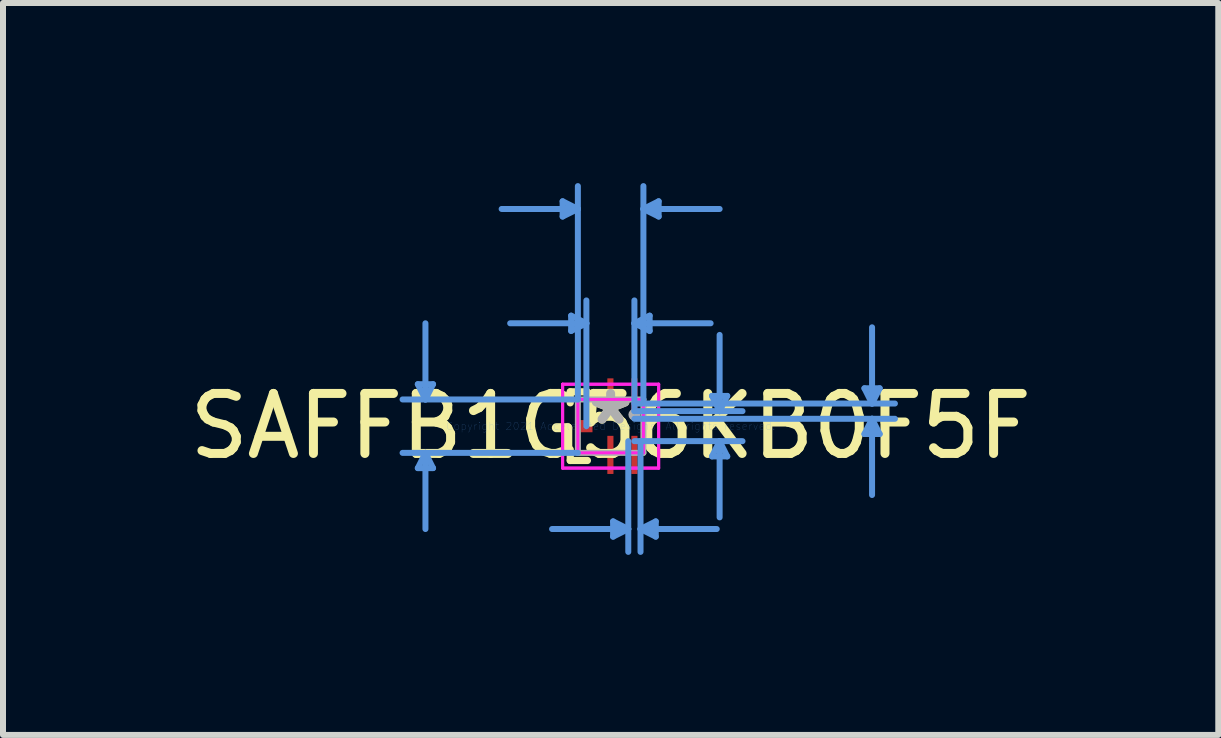
<source format=kicad_pcb>
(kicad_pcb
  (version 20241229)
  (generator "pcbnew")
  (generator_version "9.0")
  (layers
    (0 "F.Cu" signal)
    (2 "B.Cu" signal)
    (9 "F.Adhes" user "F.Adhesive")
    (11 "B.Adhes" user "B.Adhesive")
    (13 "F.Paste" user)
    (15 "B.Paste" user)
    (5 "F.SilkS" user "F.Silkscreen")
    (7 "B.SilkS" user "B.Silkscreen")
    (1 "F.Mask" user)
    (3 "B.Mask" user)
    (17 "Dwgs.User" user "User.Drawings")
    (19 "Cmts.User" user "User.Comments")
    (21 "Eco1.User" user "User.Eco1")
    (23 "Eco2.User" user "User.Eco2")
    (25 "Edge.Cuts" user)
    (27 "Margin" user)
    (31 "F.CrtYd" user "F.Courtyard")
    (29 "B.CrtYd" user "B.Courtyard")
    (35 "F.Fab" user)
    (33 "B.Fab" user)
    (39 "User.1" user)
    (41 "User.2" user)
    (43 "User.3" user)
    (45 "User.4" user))
  (footprint "SAFFB1G56KB0F5F"
    (layer "F.Cu")
    (at 7.125 4.051)
    (property "Reference" "SAFFB1G56KB0F5F" (at 0 0 0) (layer "F.SilkS") (effects (font (size 1 1) (thickness 0.15))))
    (attr through_hole)
    (fp_line (start -0.673 -0.572) (end -0.673 -0.389) (stroke (width 0.12) (type solid)) (layer "F.SilkS"))
    (fp_line (start -0.673 0.389) (end -0.673 0.572) (stroke (width 0.12) (type solid)) (layer "F.SilkS"))
    (fp_line (start -0.673 0.572) (end -0.387 0.572) (stroke (width 0.12) (type solid)) (layer "F.SilkS"))
    (fp_line (start -0.387 -0.572) (end -0.673 -0.572) (stroke (width 0.12) (type solid)) (layer "F.SilkS"))
    (fp_line (start -3.213 -0.699) (end -2.959 -0.699) (stroke (width 0.1) (type solid)) (layer "Cmts.User"))
    (fp_line (start -3.213 0.699) (end -2.959 0.699) (stroke (width 0.1) (type solid)) (layer "Cmts.User"))
    (fp_line (start -3.086 -0.445) (end -3.213 -0.699) (stroke (width 0.1) (type solid)) (layer "Cmts.User"))
    (fp_line (start -3.086 -0.445) (end -3.086 -1.714) (stroke (width 0.1) (type solid)) (layer "Cmts.User"))
    (fp_line (start -3.086 -0.445) (end -2.959 -0.699) (stroke (width 0.1) (type solid)) (layer "Cmts.User"))
    (fp_line (start -3.086 0.445) (end -3.213 0.699) (stroke (width 0.1) (type solid)) (layer "Cmts.User"))
    (fp_line (start -3.086 0.445) (end -3.086 1.714) (stroke (width 0.1) (type solid)) (layer "Cmts.User"))
    (fp_line (start -3.086 0.445) (end -2.959 0.699) (stroke (width 0.1) (type solid)) (layer "Cmts.User"))
    (fp_line (start -0.8 -3.747) (end -0.8 -3.493) (stroke (width 0.1) (type solid)) (layer "Cmts.User"))
    (fp_line (start -0.658 -1.841) (end -0.658 -1.587) (stroke (width 0.1) (type solid)) (layer "Cmts.User"))
    (fp_line (start -0.546 -3.619) (end -1.816 -3.619) (stroke (width 0.1) (type solid)) (layer "Cmts.User"))
    (fp_line (start -0.546 -3.619) (end -0.8 -3.747) (stroke (width 0.1) (type solid)) (layer "Cmts.User"))
    (fp_line (start -0.546 -3.619) (end -0.8 -3.493) (stroke (width 0.1) (type solid)) (layer "Cmts.User"))
    (fp_line (start -0.546 -0.445) (end -3.467 -0.445) (stroke (width 0.1) (type solid)) (layer "Cmts.User"))
    (fp_line (start -0.546 -0.445) (end -0.546 -4) (stroke (width 0.1) (type solid)) (layer "Cmts.User"))
    (fp_line (start -0.546 0.445) (end -3.467 0.445) (stroke (width 0.1) (type solid)) (layer "Cmts.User"))
    (fp_line (start -0.404 -1.714) (end -1.674 -1.714) (stroke (width 0.1) (type solid)) (layer "Cmts.User"))
    (fp_line (start -0.404 -1.714) (end -0.658 -1.841) (stroke (width 0.1) (type solid)) (layer "Cmts.User"))
    (fp_line (start -0.404 -1.714) (end -0.658 -1.587) (stroke (width 0.1) (type solid)) (layer "Cmts.User"))
    (fp_line (start -0.404 0) (end -0.404 -2.095) (stroke (width 0.1) (type solid)) (layer "Cmts.User"))
    (fp_line (start 0.041 1.587) (end 0.041 1.841) (stroke (width 0.1) (type solid)) (layer "Cmts.User"))
    (fp_line (start 0.294 0.25) (end 0.294 2.095) (stroke (width 0.1) (type solid)) (layer "Cmts.User"))
    (fp_line (start 0.294 1.714) (end -0.976 1.714) (stroke (width 0.1) (type solid)) (layer "Cmts.User"))
    (fp_line (start 0.294 1.714) (end 0.041 1.587) (stroke (width 0.1) (type solid)) (layer "Cmts.User"))
    (fp_line (start 0.294 1.714) (end 0.041 1.841) (stroke (width 0.1) (type solid)) (layer "Cmts.User"))
    (fp_line (start 0.396 -1.714) (end 0.65 -1.841) (stroke (width 0.1) (type solid)) (layer "Cmts.User"))
    (fp_line (start 0.396 -1.714) (end 0.65 -1.587) (stroke (width 0.1) (type solid)) (layer "Cmts.User"))
    (fp_line (start 0.396 -1.714) (end 1.666 -1.714) (stroke (width 0.1) (type solid)) (layer "Cmts.User"))
    (fp_line (start 0.396 -0.377) (end 4.737 -0.377) (stroke (width 0.1) (type solid)) (layer "Cmts.User"))
    (fp_line (start 0.396 -0.25) (end 0.396 -2.095) (stroke (width 0.1) (type solid)) (layer "Cmts.User"))
    (fp_line (start 0.396 -0.25) (end 2.197 -0.25) (stroke (width 0.1) (type solid)) (layer "Cmts.User"))
    (fp_line (start 0.396 -0.123) (end 4.737 -0.123) (stroke (width 0.1) (type solid)) (layer "Cmts.User"))
    (fp_line (start 0.396 0.25) (end 2.197 0.25) (stroke (width 0.1) (type solid)) (layer "Cmts.User"))
    (fp_line (start 0.498 0.25) (end 0.498 2.095) (stroke (width 0.1) (type solid)) (layer "Cmts.User"))
    (fp_line (start 0.498 1.714) (end 0.752 1.587) (stroke (width 0.1) (type solid)) (layer "Cmts.User"))
    (fp_line (start 0.498 1.714) (end 0.752 1.841) (stroke (width 0.1) (type solid)) (layer "Cmts.User"))
    (fp_line (start 0.498 1.714) (end 1.768 1.714) (stroke (width 0.1) (type solid)) (layer "Cmts.User"))
    (fp_line (start 0.546 -3.619) (end 0.8 -3.747) (stroke (width 0.1) (type solid)) (layer "Cmts.User"))
    (fp_line (start 0.546 -3.619) (end 0.8 -3.493) (stroke (width 0.1) (type solid)) (layer "Cmts.User"))
    (fp_line (start 0.546 -3.619) (end 1.816 -3.619) (stroke (width 0.1) (type solid)) (layer "Cmts.User"))
    (fp_line (start 0.546 -0.445) (end 0.546 -4) (stroke (width 0.1) (type solid)) (layer "Cmts.User"))
    (fp_line (start 0.65 -1.841) (end 0.65 -1.587) (stroke (width 0.1) (type solid)) (layer "Cmts.User"))
    (fp_line (start 0.752 1.587) (end 0.752 1.841) (stroke (width 0.1) (type solid)) (layer "Cmts.User"))
    (fp_line (start 0.8 -3.747) (end 0.8 -3.493) (stroke (width 0.1) (type solid)) (layer "Cmts.User"))
    (fp_line (start 1.689 -0.504) (end 1.943 -0.504) (stroke (width 0.1) (type solid)) (layer "Cmts.User"))
    (fp_line (start 1.689 0.504) (end 1.943 0.504) (stroke (width 0.1) (type solid)) (layer "Cmts.User"))
    (fp_line (start 1.816 -0.25) (end 1.689 -0.504) (stroke (width 0.1) (type solid)) (layer "Cmts.User"))
    (fp_line (start 1.816 -0.25) (end 1.816 -1.52) (stroke (width 0.1) (type solid)) (layer "Cmts.User"))
    (fp_line (start 1.816 -0.25) (end 1.943 -0.504) (stroke (width 0.1) (type solid)) (layer "Cmts.User"))
    (fp_line (start 1.816 0.25) (end 1.689 0.504) (stroke (width 0.1) (type solid)) (layer "Cmts.User"))
    (fp_line (start 1.816 0.25) (end 1.816 1.52) (stroke (width 0.1) (type solid)) (layer "Cmts.User"))
    (fp_line (start 1.816 0.25) (end 1.943 0.504) (stroke (width 0.1) (type solid)) (layer "Cmts.User"))
    (fp_line (start 4.229 -0.631) (end 4.483 -0.631) (stroke (width 0.1) (type solid)) (layer "Cmts.User"))
    (fp_line (start 4.229 0.131) (end 4.483 0.131) (stroke (width 0.1) (type solid)) (layer "Cmts.User"))
    (fp_line (start 4.356 -0.377) (end 4.229 -0.631) (stroke (width 0.1) (type solid)) (layer "Cmts.User"))
    (fp_line (start 4.356 -0.377) (end 4.356 -1.647) (stroke (width 0.1) (type solid)) (layer "Cmts.User"))
    (fp_line (start 4.356 -0.377) (end 4.483 -0.631) (stroke (width 0.1) (type solid)) (layer "Cmts.User"))
    (fp_line (start 4.356 -0.123) (end 4.229 0.131) (stroke (width 0.1) (type solid)) (layer "Cmts.User"))
    (fp_line (start 4.356 -0.123) (end 4.356 1.147) (stroke (width 0.1) (type solid)) (layer "Cmts.User"))
    (fp_line (start 4.356 -0.123) (end 4.483 0.131) (stroke (width 0.1) (type solid)) (layer "Cmts.User"))
    (fp_line (start -0.8 -0.699) (end 0.8 -0.699) (stroke (width 0.05) (type solid)) (layer "F.CrtYd"))
    (fp_line (start -0.8 -0.699) (end 0.8 -0.699) (stroke (width 0.05) (type solid)) (layer "F.CrtYd"))
    (fp_line (start -0.8 0.699) (end -0.8 -0.699) (stroke (width 0.05) (type solid)) (layer "F.CrtYd"))
    (fp_line (start -0.8 0.699) (end -0.8 -0.699) (stroke (width 0.05) (type solid)) (layer "F.CrtYd"))
    (fp_line (start -0.546 -0.445) (end 0.546 -0.445) (stroke (width 0.05) (type solid)) (layer "F.CrtYd"))
    (fp_line (start -0.546 0.445) (end -0.546 -0.445) (stroke (width 0.05) (type solid)) (layer "F.CrtYd"))
    (fp_line (start 0.546 -0.445) (end 0.546 0.445) (stroke (width 0.05) (type solid)) (layer "F.CrtYd"))
    (fp_line (start 0.546 0.445) (end -0.546 0.445) (stroke (width 0.05) (type solid)) (layer "F.CrtYd"))
    (fp_line (start 0.8 -0.699) (end 0.8 0.699) (stroke (width 0.05) (type solid)) (layer "F.CrtYd"))
    (fp_line (start 0.8 -0.699) (end 0.8 0.699) (stroke (width 0.05) (type solid)) (layer "F.CrtYd"))
    (fp_line (start 0.8 0.699) (end -0.8 0.699) (stroke (width 0.05) (type solid)) (layer "F.CrtYd"))
    (fp_line (start 0.8 0.699) (end -0.8 0.699) (stroke (width 0.05) (type solid)) (layer "F.CrtYd"))
    (fp_line (start -0.546 -0.445) (end -0.546 0.445) (stroke (width 0.1) (type solid)) (layer "F.Fab"))
    (fp_line (start -0.546 0.445) (end 0.546 0.445) (stroke (width 0.1) (type solid)) (layer "F.Fab"))
    (fp_line (start 0.546 -0.445) (end -0.546 -0.445) (stroke (width 0.1) (type solid)) (layer "F.Fab"))
    (fp_line (start 0.546 0.445) (end 0.546 -0.445) (stroke (width 0.1) (type solid)) (layer "F.Fab"))
    (fp_circle (center 0.396 -0.191) (end 0.396 -0.191) (stroke (width 0.1) (type solid)) (fill no) (layer "F.Fab"))
    (fp_text user "*" (at 0 0 0) (layer "F.SilkS") (effects (font (size 1 1) (thickness 0.15))))
    (fp_text user "Copyright 2021 Accelerated Designs. All rights reserved." (at 0 0 0) (layer "Cmts.User") (effects (font (size 0.127 0.127) (thickness 0.002))))
    (fp_text user "*" (at 0 0 0) (layer "F.Fab") (effects (font (size 1 1) (thickness 0.15))))
    (pad "1" smd rect (at -0.404 0) (size 0.203 0.203) (layers "F.Cu" "F.Mask" "F.Paste"))
    (pad "2" smd rect (at -0.004 0.479) (size 0.102 0.635) (layers "F.Cu" "F.Mask" "F.Paste"))
    (pad "3" smd rect (at 0.396 0.479) (size 0.102 0.635) (layers "F.Cu" "F.Mask" "F.Paste"))
    (pad "4" smd rect (at 0.396 -0.479) (size 0.102 0.635) (layers "F.Cu" "F.Mask" "F.Paste"))
    (pad "5" smd rect (at -0.004 -0.479) (size 0.102 0.635) (layers "F.Cu" "F.Mask" "F.Paste")))
  (gr_rect
    (start -3 -3)
    (end 17.25 9.196)
    (stroke (width 0.1) (type default))
    (fill no)
    (layer "Edge.Cuts")))
</source>
